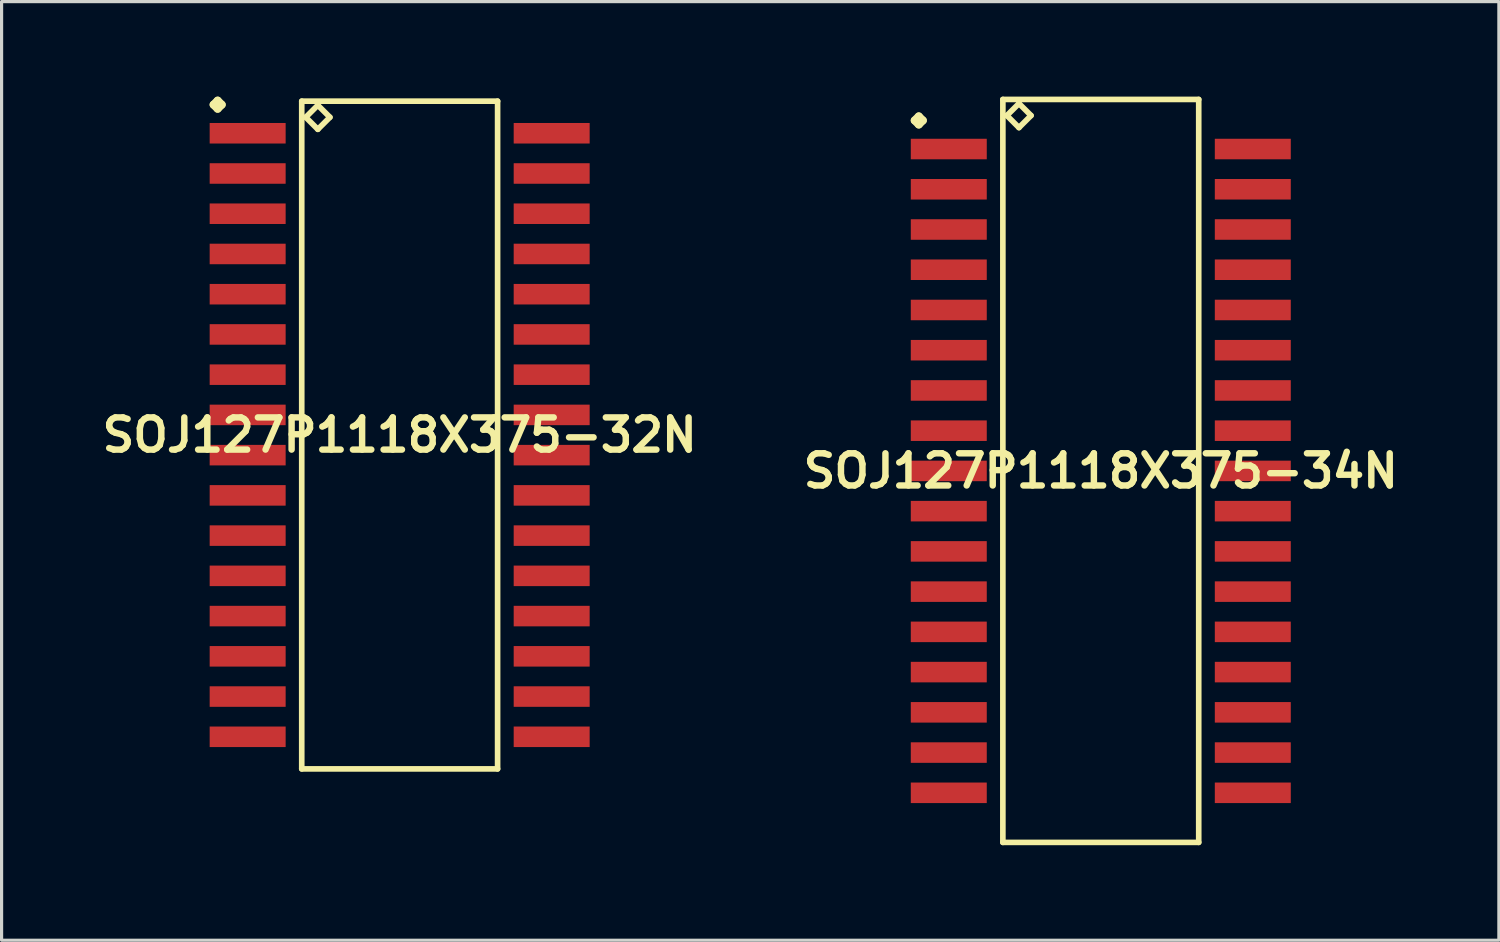
<source format=kicad_pcb>
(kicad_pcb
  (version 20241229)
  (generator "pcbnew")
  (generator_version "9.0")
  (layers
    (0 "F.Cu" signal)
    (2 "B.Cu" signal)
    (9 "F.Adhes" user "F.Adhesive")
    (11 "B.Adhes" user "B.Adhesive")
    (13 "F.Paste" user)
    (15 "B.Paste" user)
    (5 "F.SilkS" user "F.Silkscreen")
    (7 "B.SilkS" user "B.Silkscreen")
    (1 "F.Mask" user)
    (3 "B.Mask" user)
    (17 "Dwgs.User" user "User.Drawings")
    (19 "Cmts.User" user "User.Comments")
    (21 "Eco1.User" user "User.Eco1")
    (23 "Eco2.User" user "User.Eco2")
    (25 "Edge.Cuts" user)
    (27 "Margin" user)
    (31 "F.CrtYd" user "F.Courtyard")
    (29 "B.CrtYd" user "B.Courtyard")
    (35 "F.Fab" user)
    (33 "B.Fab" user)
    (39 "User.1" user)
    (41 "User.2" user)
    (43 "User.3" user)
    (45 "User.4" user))
  (footprint "SOJ127P1118X375-32N"
    (layer "F.Cu")
    (at 9.565 10.681)
    (property "Reference" "SOJ127P1118X375-32N" (at 0 0 0) (layer "F.SilkS") (effects (font (size 1.016 1.016) (thickness 0.203))))
    (attr smd)
    (fp_line (start -5.872 -10.427) (end -5.745 -10.554) (stroke (width 0.254) (type solid)) (layer "F.SilkS"))
    (fp_line (start -5.745 -10.554) (end -5.618 -10.427) (stroke (width 0.254) (type solid)) (layer "F.SilkS"))
    (fp_line (start -5.745 -10.3) (end -5.872 -10.427) (stroke (width 0.254) (type solid)) (layer "F.SilkS"))
    (fp_line (start -5.618 -10.427) (end -5.745 -10.3) (stroke (width 0.254) (type solid)) (layer "F.SilkS"))
    (fp_line (start -3.091 -10.538) (end -3.091 10.538) (stroke (width 0.178) (type solid)) (layer "F.SilkS"))
    (fp_line (start -3.091 10.538) (end 3.091 10.538) (stroke (width 0.178) (type solid)) (layer "F.SilkS"))
    (fp_line (start -2.964 -10.03) (end -2.583 -10.411) (stroke (width 0.178) (type solid)) (layer "F.SilkS"))
    (fp_line (start -2.583 -10.411) (end -2.202 -10.03) (stroke (width 0.178) (type solid)) (layer "F.SilkS"))
    (fp_line (start -2.583 -9.649) (end -2.964 -10.03) (stroke (width 0.178) (type solid)) (layer "F.SilkS"))
    (fp_line (start -2.202 -10.03) (end -2.583 -9.649) (stroke (width 0.178) (type solid)) (layer "F.SilkS"))
    (fp_line (start 3.091 -10.538) (end -3.091 -10.538) (stroke (width 0.178) (type solid)) (layer "F.SilkS"))
    (fp_line (start 3.091 10.538) (end 3.091 -10.538) (stroke (width 0.178) (type solid)) (layer "F.SilkS"))
    (pad "1" smd rect (at -4.798 -9.525) (size 2.398 0.648) (layers "F.Cu" "F.Mask" "F.Paste"))
    (pad "2" smd rect (at -4.798 -8.255) (size 2.398 0.648) (layers "F.Cu" "F.Mask" "F.Paste"))
    (pad "3" smd rect (at -4.798 -6.985) (size 2.398 0.648) (layers "F.Cu" "F.Mask" "F.Paste"))
    (pad "4" smd rect (at -4.798 -5.715) (size 2.398 0.648) (layers "F.Cu" "F.Mask" "F.Paste"))
    (pad "5" smd rect (at -4.798 -4.445) (size 2.398 0.648) (layers "F.Cu" "F.Mask" "F.Paste"))
    (pad "6" smd rect (at -4.798 -3.175) (size 2.398 0.648) (layers "F.Cu" "F.Mask" "F.Paste"))
    (pad "7" smd rect (at -4.798 -1.905) (size 2.398 0.648) (layers "F.Cu" "F.Mask" "F.Paste"))
    (pad "8" smd rect (at -4.798 -0.635) (size 2.398 0.648) (layers "F.Cu" "F.Mask" "F.Paste"))
    (pad "9" smd rect (at -4.798 0.635) (size 2.398 0.648) (layers "F.Cu" "F.Mask" "F.Paste"))
    (pad "10" smd rect (at -4.798 1.905) (size 2.398 0.648) (layers "F.Cu" "F.Mask" "F.Paste"))
    (pad "11" smd rect (at -4.798 3.175) (size 2.398 0.648) (layers "F.Cu" "F.Mask" "F.Paste"))
    (pad "12" smd rect (at -4.798 4.445) (size 2.398 0.648) (layers "F.Cu" "F.Mask" "F.Paste"))
    (pad "13" smd rect (at -4.798 5.715) (size 2.398 0.648) (layers "F.Cu" "F.Mask" "F.Paste"))
    (pad "14" smd rect (at -4.798 6.985) (size 2.398 0.648) (layers "F.Cu" "F.Mask" "F.Paste"))
    (pad "15" smd rect (at -4.798 8.255) (size 2.398 0.648) (layers "F.Cu" "F.Mask" "F.Paste"))
    (pad "16" smd rect (at -4.798 9.525) (size 2.398 0.648) (layers "F.Cu" "F.Mask" "F.Paste"))
    (pad "17" smd rect (at 4.798 9.525) (size 2.398 0.648) (layers "F.Cu" "F.Mask" "F.Paste"))
    (pad "18" smd rect (at 4.798 8.255) (size 2.398 0.648) (layers "F.Cu" "F.Mask" "F.Paste"))
    (pad "19" smd rect (at 4.798 6.985) (size 2.398 0.648) (layers "F.Cu" "F.Mask" "F.Paste"))
    (pad "20" smd rect (at 4.798 5.715) (size 2.398 0.648) (layers "F.Cu" "F.Mask" "F.Paste"))
    (pad "21" smd rect (at 4.798 4.445) (size 2.398 0.648) (layers "F.Cu" "F.Mask" "F.Paste"))
    (pad "22" smd rect (at 4.798 3.175) (size 2.398 0.648) (layers "F.Cu" "F.Mask" "F.Paste"))
    (pad "23" smd rect (at 4.798 1.905) (size 2.398 0.648) (layers "F.Cu" "F.Mask" "F.Paste"))
    (pad "24" smd rect (at 4.798 0.635) (size 2.398 0.648) (layers "F.Cu" "F.Mask" "F.Paste"))
    (pad "25" smd rect (at 4.798 -0.635) (size 2.398 0.648) (layers "F.Cu" "F.Mask" "F.Paste"))
    (pad "26" smd rect (at 4.798 -1.905) (size 2.398 0.648) (layers "F.Cu" "F.Mask" "F.Paste"))
    (pad "27" smd rect (at 4.798 -3.175) (size 2.398 0.648) (layers "F.Cu" "F.Mask" "F.Paste"))
    (pad "28" smd rect (at 4.798 -4.445) (size 2.398 0.648) (layers "F.Cu" "F.Mask" "F.Paste"))
    (pad "29" smd rect (at 4.798 -5.715) (size 2.398 0.648) (layers "F.Cu" "F.Mask" "F.Paste"))
    (pad "30" smd rect (at 4.798 -6.985) (size 2.398 0.648) (layers "F.Cu" "F.Mask" "F.Paste"))
    (pad "31" smd rect (at 4.798 -8.255) (size 2.398 0.648) (layers "F.Cu" "F.Mask" "F.Paste"))
    (pad "32" smd rect (at 4.798 -9.525) (size 2.398 0.648) (layers "F.Cu" "F.Mask" "F.Paste")))
  (footprint "SOJ127P1118X375-34N"
    (layer "F.Cu")
    (at 31.695 11.814)
    (property "Reference" "SOJ127P1118X375-34N" (at 0 0 0) (layer "F.SilkS") (effects (font (size 1.016 1.016) (thickness 0.203))))
    (attr smd)
    (fp_line (start -5.872 -11.062) (end -5.745 -11.189) (stroke (width 0.254) (type solid)) (layer "F.SilkS"))
    (fp_line (start -5.745 -11.189) (end -5.618 -11.062) (stroke (width 0.254) (type solid)) (layer "F.SilkS"))
    (fp_line (start -5.745 -10.935) (end -5.872 -11.062) (stroke (width 0.254) (type solid)) (layer "F.SilkS"))
    (fp_line (start -5.618 -11.062) (end -5.745 -10.935) (stroke (width 0.254) (type solid)) (layer "F.SilkS"))
    (fp_line (start -3.091 -11.725) (end -3.091 11.725) (stroke (width 0.178) (type solid)) (layer "F.SilkS"))
    (fp_line (start -3.091 11.725) (end 3.091 11.725) (stroke (width 0.178) (type solid)) (layer "F.SilkS"))
    (fp_line (start -2.964 -11.217) (end -2.583 -11.598) (stroke (width 0.178) (type solid)) (layer "F.SilkS"))
    (fp_line (start -2.583 -11.598) (end -2.202 -11.217) (stroke (width 0.178) (type solid)) (layer "F.SilkS"))
    (fp_line (start -2.583 -10.836) (end -2.964 -11.217) (stroke (width 0.178) (type solid)) (layer "F.SilkS"))
    (fp_line (start -2.202 -11.217) (end -2.583 -10.836) (stroke (width 0.178) (type solid)) (layer "F.SilkS"))
    (fp_line (start 3.091 -11.725) (end -3.091 -11.725) (stroke (width 0.178) (type solid)) (layer "F.SilkS"))
    (fp_line (start 3.091 11.725) (end 3.091 -11.725) (stroke (width 0.178) (type solid)) (layer "F.SilkS"))
    (pad "1" smd rect (at -4.798 -10.16) (size 2.398 0.648) (layers "F.Cu" "F.Mask" "F.Paste"))
    (pad "2" smd rect (at -4.798 -8.89) (size 2.398 0.648) (layers "F.Cu" "F.Mask" "F.Paste"))
    (pad "3" smd rect (at -4.798 -7.62) (size 2.398 0.648) (layers "F.Cu" "F.Mask" "F.Paste"))
    (pad "4" smd rect (at -4.798 -6.35) (size 2.398 0.648) (layers "F.Cu" "F.Mask" "F.Paste"))
    (pad "5" smd rect (at -4.798 -5.08) (size 2.398 0.648) (layers "F.Cu" "F.Mask" "F.Paste"))
    (pad "6" smd rect (at -4.798 -3.81) (size 2.398 0.648) (layers "F.Cu" "F.Mask" "F.Paste"))
    (pad "7" smd rect (at -4.798 -2.54) (size 2.398 0.648) (layers "F.Cu" "F.Mask" "F.Paste"))
    (pad "8" smd rect (at -4.798 -1.27) (size 2.398 0.648) (layers "F.Cu" "F.Mask" "F.Paste"))
    (pad "9" smd rect (at -4.798 0) (size 2.398 0.648) (layers "F.Cu" "F.Mask" "F.Paste"))
    (pad "10" smd rect (at -4.798 1.27) (size 2.398 0.648) (layers "F.Cu" "F.Mask" "F.Paste"))
    (pad "11" smd rect (at -4.798 2.54) (size 2.398 0.648) (layers "F.Cu" "F.Mask" "F.Paste"))
    (pad "12" smd rect (at -4.798 3.81) (size 2.398 0.648) (layers "F.Cu" "F.Mask" "F.Paste"))
    (pad "13" smd rect (at -4.798 5.08) (size 2.398 0.648) (layers "F.Cu" "F.Mask" "F.Paste"))
    (pad "14" smd rect (at -4.798 6.35) (size 2.398 0.648) (layers "F.Cu" "F.Mask" "F.Paste"))
    (pad "15" smd rect (at -4.798 7.62) (size 2.398 0.648) (layers "F.Cu" "F.Mask" "F.Paste"))
    (pad "16" smd rect (at -4.798 8.89) (size 2.398 0.648) (layers "F.Cu" "F.Mask" "F.Paste"))
    (pad "17" smd rect (at -4.798 10.16) (size 2.398 0.648) (layers "F.Cu" "F.Mask" "F.Paste"))
    (pad "18" smd rect (at 4.798 10.16) (size 2.398 0.648) (layers "F.Cu" "F.Mask" "F.Paste"))
    (pad "19" smd rect (at 4.798 8.89) (size 2.398 0.648) (layers "F.Cu" "F.Mask" "F.Paste"))
    (pad "20" smd rect (at 4.798 7.62) (size 2.398 0.648) (layers "F.Cu" "F.Mask" "F.Paste"))
    (pad "21" smd rect (at 4.798 6.35) (size 2.398 0.648) (layers "F.Cu" "F.Mask" "F.Paste"))
    (pad "22" smd rect (at 4.798 5.08) (size 2.398 0.648) (layers "F.Cu" "F.Mask" "F.Paste"))
    (pad "23" smd rect (at 4.798 3.81) (size 2.398 0.648) (layers "F.Cu" "F.Mask" "F.Paste"))
    (pad "24" smd rect (at 4.798 2.54) (size 2.398 0.648) (layers "F.Cu" "F.Mask" "F.Paste"))
    (pad "25" smd rect (at 4.798 1.27) (size 2.398 0.648) (layers "F.Cu" "F.Mask" "F.Paste"))
    (pad "26" smd rect (at 4.798 0) (size 2.398 0.648) (layers "F.Cu" "F.Mask" "F.Paste"))
    (pad "27" smd rect (at 4.798 -1.27) (size 2.398 0.648) (layers "F.Cu" "F.Mask" "F.Paste"))
    (pad "28" smd rect (at 4.798 -2.54) (size 2.398 0.648) (layers "F.Cu" "F.Mask" "F.Paste"))
    (pad "29" smd rect (at 4.798 -3.81) (size 2.398 0.648) (layers "F.Cu" "F.Mask" "F.Paste"))
    (pad "30" smd rect (at 4.798 -5.08) (size 2.398 0.648) (layers "F.Cu" "F.Mask" "F.Paste"))
    (pad "31" smd rect (at 4.798 -6.35) (size 2.398 0.648) (layers "F.Cu" "F.Mask" "F.Paste"))
    (pad "32" smd rect (at 4.798 -7.62) (size 2.398 0.648) (layers "F.Cu" "F.Mask" "F.Paste"))
    (pad "33" smd rect (at 4.798 -8.89) (size 2.398 0.648) (layers "F.Cu" "F.Mask" "F.Paste"))
    (pad "34" smd rect (at 4.798 -10.16) (size 2.398 0.648) (layers "F.Cu" "F.Mask" "F.Paste")))
  (gr_rect
    (start -3 -3)
    (end 44.26 26.627)
    (stroke (width 0.1) (type default))
    (fill no)
    (layer "Edge.Cuts")))
</source>
